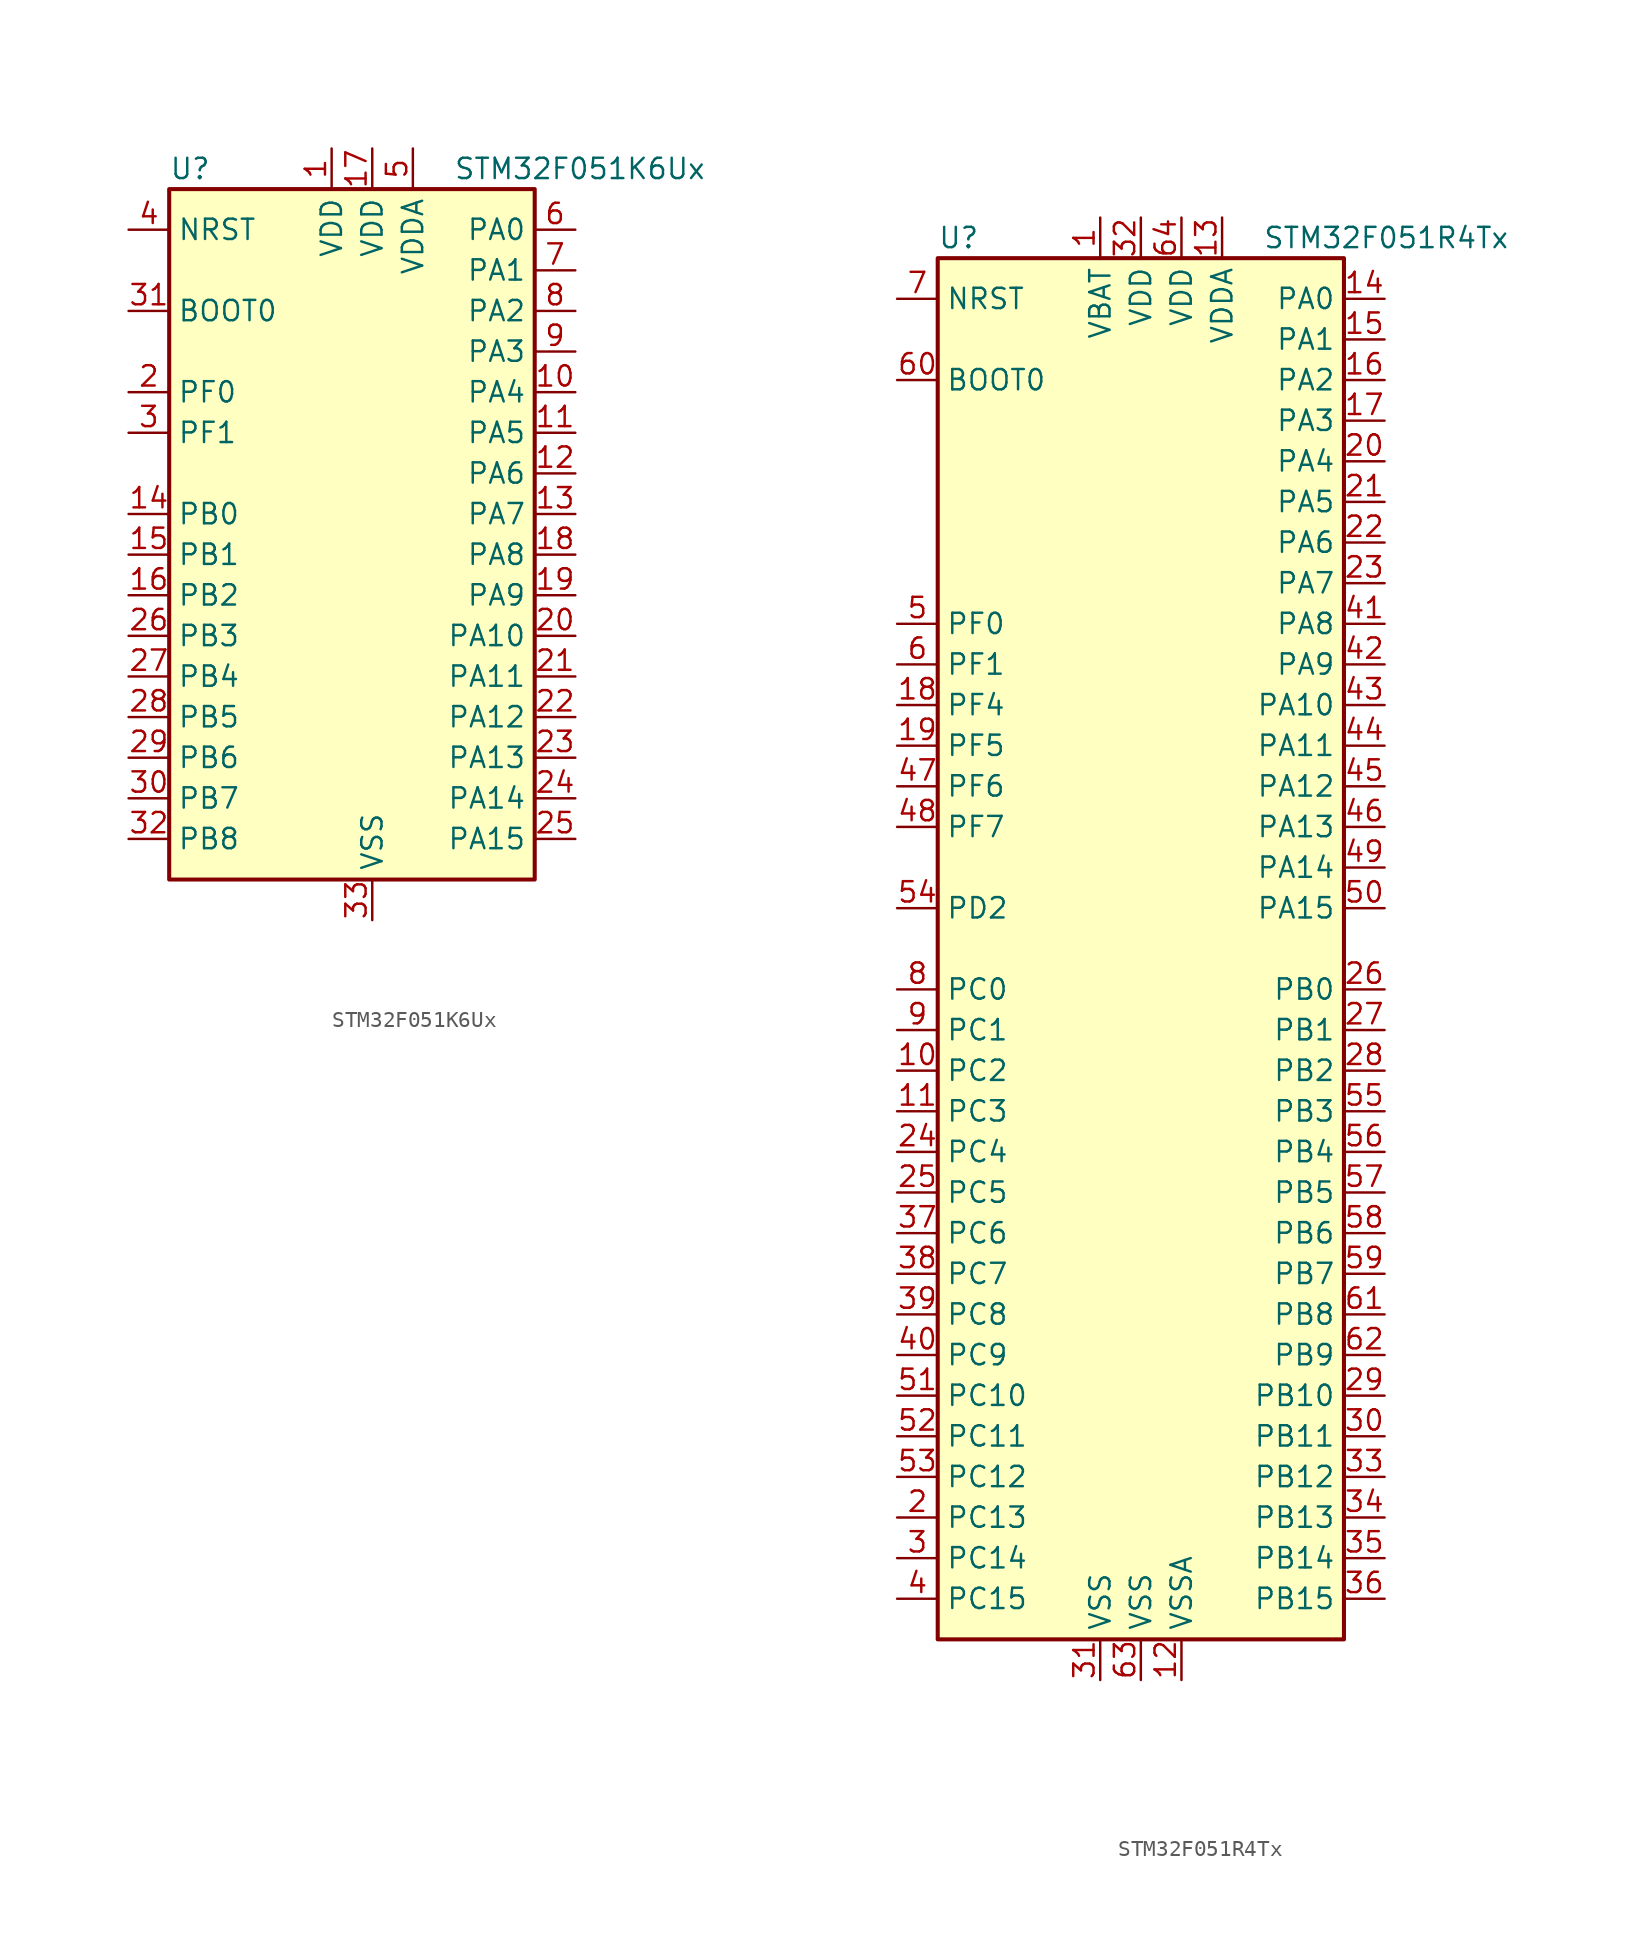
<source format=kicad_sym>
(kicad_symbol_lib
  (version 20201005)
  (generator kicad_symbol_editor)
  (symbol "MCU_ST_STM32F0:STM32F051K6Ux"
    (property "Reference" "U"
      (at -12.7 21.59 0)
      (effects (font (size 1.27 1.27)) (justify left)))
    (property "Value" "STM32F051K6Ux"
      (at 5.08 21.59 0)
      (effects (font (size 1.27 1.27)) (justify left)))
    (symbol "STM32F051K6Ux_0_1"
      (rectangle (start -12.7 -22.86) (end 10.16 20.32) (stroke (width 0.254)) (fill (type background))))
    (symbol "STM32F051K6Ux_1_1"
      (pin power_in line (at -2.54 22.86 270) (length 2.54) (name "VDD" (effects (font (size 1.27 1.27)))) (number "1" (effects (font (size 1.27 1.27)))))
      (pin bidirectional line (at 12.7 7.62 180) (length 2.54) (name "PA4" (effects (font (size 1.27 1.27)))) (number "10" (effects (font (size 1.27 1.27)))))
      (pin bidirectional line (at 12.7 5.08 180) (length 2.54) (name "PA5" (effects (font (size 1.27 1.27)))) (number "11" (effects (font (size 1.27 1.27)))))
      (pin bidirectional line (at 12.7 2.54 180) (length 2.54) (name "PA6" (effects (font (size 1.27 1.27)))) (number "12" (effects (font (size 1.27 1.27)))))
      (pin bidirectional line (at 12.7 0 180) (length 2.54) (name "PA7" (effects (font (size 1.27 1.27)))) (number "13" (effects (font (size 1.27 1.27)))))
      (pin bidirectional line (at -15.24 0 0) (length 2.54) (name "PB0" (effects (font (size 1.27 1.27)))) (number "14" (effects (font (size 1.27 1.27)))))
      (pin bidirectional line (at -15.24 -2.54 0) (length 2.54) (name "PB1" (effects (font (size 1.27 1.27)))) (number "15" (effects (font (size 1.27 1.27)))))
      (pin bidirectional line (at -15.24 -5.08 0) (length 2.54) (name "PB2" (effects (font (size 1.27 1.27)))) (number "16" (effects (font (size 1.27 1.27)))))
      (pin power_in line (at 0 22.86 270) (length 2.54) (name "VDD" (effects (font (size 1.27 1.27)))) (number "17" (effects (font (size 1.27 1.27)))))
      (pin bidirectional line (at 12.7 -2.54 180) (length 2.54) (name "PA8" (effects (font (size 1.27 1.27)))) (number "18" (effects (font (size 1.27 1.27)))))
      (pin bidirectional line (at 12.7 -5.08 180) (length 2.54) (name "PA9" (effects (font (size 1.27 1.27)))) (number "19" (effects (font (size 1.27 1.27)))))
      (pin input line (at -15.24 7.62 0) (length 2.54) (name "PF0" (effects (font (size 1.27 1.27)))) (number "2" (effects (font (size 1.27 1.27)))))
      (pin bidirectional line (at 12.7 -7.62 180) (length 2.54) (name "PA10" (effects (font (size 1.27 1.27)))) (number "20" (effects (font (size 1.27 1.27)))))
      (pin bidirectional line (at 12.7 -10.16 180) (length 2.54) (name "PA11" (effects (font (size 1.27 1.27)))) (number "21" (effects (font (size 1.27 1.27)))))
      (pin bidirectional line (at 12.7 -12.7 180) (length 2.54) (name "PA12" (effects (font (size 1.27 1.27)))) (number "22" (effects (font (size 1.27 1.27)))))
      (pin bidirectional line (at 12.7 -15.24 180) (length 2.54) (name "PA13" (effects (font (size 1.27 1.27)))) (number "23" (effects (font (size 1.27 1.27)))))
      (pin bidirectional line (at 12.7 -17.78 180) (length 2.54) (name "PA14" (effects (font (size 1.27 1.27)))) (number "24" (effects (font (size 1.27 1.27)))))
      (pin bidirectional line (at 12.7 -20.32 180) (length 2.54) (name "PA15" (effects (font (size 1.27 1.27)))) (number "25" (effects (font (size 1.27 1.27)))))
      (pin bidirectional line (at -15.24 -7.62 0) (length 2.54) (name "PB3" (effects (font (size 1.27 1.27)))) (number "26" (effects (font (size 1.27 1.27)))))
      (pin bidirectional line (at -15.24 -10.16 0) (length 2.54) (name "PB4" (effects (font (size 1.27 1.27)))) (number "27" (effects (font (size 1.27 1.27)))))
      (pin bidirectional line (at -15.24 -12.7 0) (length 2.54) (name "PB5" (effects (font (size 1.27 1.27)))) (number "28" (effects (font (size 1.27 1.27)))))
      (pin bidirectional line (at -15.24 -15.24 0) (length 2.54) (name "PB6" (effects (font (size 1.27 1.27)))) (number "29" (effects (font (size 1.27 1.27)))))
      (pin input line (at -15.24 5.08 0) (length 2.54) (name "PF1" (effects (font (size 1.27 1.27)))) (number "3" (effects (font (size 1.27 1.27)))))
      (pin bidirectional line (at -15.24 -17.78 0) (length 2.54) (name "PB7" (effects (font (size 1.27 1.27)))) (number "30" (effects (font (size 1.27 1.27)))))
      (pin input line (at -15.24 12.7 0) (length 2.54) (name "BOOT0" (effects (font (size 1.27 1.27)))) (number "31" (effects (font (size 1.27 1.27)))))
      (pin bidirectional line (at -15.24 -20.32 0) (length 2.54) (name "PB8" (effects (font (size 1.27 1.27)))) (number "32" (effects (font (size 1.27 1.27)))))
      (pin power_in line (at 0 -25.4 90) (length 2.54) (name "VSS" (effects (font (size 1.27 1.27)))) (number "33" (effects (font (size 1.27 1.27)))))
      (pin input line (at -15.24 17.78 0) (length 2.54) (name "NRST" (effects (font (size 1.27 1.27)))) (number "4" (effects (font (size 1.27 1.27)))))
      (pin power_in line (at 2.54 22.86 270) (length 2.54) (name "VDDA" (effects (font (size 1.27 1.27)))) (number "5" (effects (font (size 1.27 1.27)))))
      (pin bidirectional line (at 12.7 17.78 180) (length 2.54) (name "PA0" (effects (font (size 1.27 1.27)))) (number "6" (effects (font (size 1.27 1.27)))))
      (pin bidirectional line (at 12.7 15.24 180) (length 2.54) (name "PA1" (effects (font (size 1.27 1.27)))) (number "7" (effects (font (size 1.27 1.27)))))
      (pin bidirectional line (at 12.7 12.7 180) (length 2.54) (name "PA2" (effects (font (size 1.27 1.27)))) (number "8" (effects (font (size 1.27 1.27)))))
      (pin bidirectional line (at 12.7 10.16 180) (length 2.54) (name "PA3" (effects (font (size 1.27 1.27)))) (number "9" (effects (font (size 1.27 1.27)))))))
  (symbol "MCU_ST_STM32F0:STM32F051R4Tx"
    (property "Reference" "U"
      (at -12.7 44.45 0)
      (effects (font (size 1.27 1.27)) (justify left)))
    (property "Value" "STM32F051R4Tx"
      (at 7.62 44.45 0)
      (effects (font (size 1.27 1.27)) (justify left)))
    (symbol "STM32F051R4Tx_0_1"
      (rectangle (start -12.7 -43.18) (end 12.7 43.18) (stroke (width 0.254)) (fill (type background))))
    (symbol "STM32F051R4Tx_1_1"
      (pin power_in line (at -2.54 45.72 270) (length 2.54) (name "VBAT" (effects (font (size 1.27 1.27)))) (number "1" (effects (font (size 1.27 1.27)))))
      (pin bidirectional line (at -15.24 -7.62 0) (length 2.54) (name "PC2" (effects (font (size 1.27 1.27)))) (number "10" (effects (font (size 1.27 1.27)))))
      (pin bidirectional line (at -15.24 -10.16 0) (length 2.54) (name "PC3" (effects (font (size 1.27 1.27)))) (number "11" (effects (font (size 1.27 1.27)))))
      (pin power_in line (at 2.54 -45.72 90) (length 2.54) (name "VSSA" (effects (font (size 1.27 1.27)))) (number "12" (effects (font (size 1.27 1.27)))))
      (pin power_in line (at 5.08 45.72 270) (length 2.54) (name "VDDA" (effects (font (size 1.27 1.27)))) (number "13" (effects (font (size 1.27 1.27)))))
      (pin bidirectional line (at 15.24 40.64 180) (length 2.54) (name "PA0" (effects (font (size 1.27 1.27)))) (number "14" (effects (font (size 1.27 1.27)))))
      (pin bidirectional line (at 15.24 38.1 180) (length 2.54) (name "PA1" (effects (font (size 1.27 1.27)))) (number "15" (effects (font (size 1.27 1.27)))))
      (pin bidirectional line (at 15.24 35.56 180) (length 2.54) (name "PA2" (effects (font (size 1.27 1.27)))) (number "16" (effects (font (size 1.27 1.27)))))
      (pin bidirectional line (at 15.24 33.02 180) (length 2.54) (name "PA3" (effects (font (size 1.27 1.27)))) (number "17" (effects (font (size 1.27 1.27)))))
      (pin bidirectional line (at -15.24 15.24 0) (length 2.54) (name "PF4" (effects (font (size 1.27 1.27)))) (number "18" (effects (font (size 1.27 1.27)))))
      (pin bidirectional line (at -15.24 12.7 0) (length 2.54) (name "PF5" (effects (font (size 1.27 1.27)))) (number "19" (effects (font (size 1.27 1.27)))))
      (pin bidirectional line (at -15.24 -35.56 0) (length 2.54) (name "PC13" (effects (font (size 1.27 1.27)))) (number "2" (effects (font (size 1.27 1.27)))))
      (pin bidirectional line (at 15.24 30.48 180) (length 2.54) (name "PA4" (effects (font (size 1.27 1.27)))) (number "20" (effects (font (size 1.27 1.27)))))
      (pin bidirectional line (at 15.24 27.94 180) (length 2.54) (name "PA5" (effects (font (size 1.27 1.27)))) (number "21" (effects (font (size 1.27 1.27)))))
      (pin bidirectional line (at 15.24 25.4 180) (length 2.54) (name "PA6" (effects (font (size 1.27 1.27)))) (number "22" (effects (font (size 1.27 1.27)))))
      (pin bidirectional line (at 15.24 22.86 180) (length 2.54) (name "PA7" (effects (font (size 1.27 1.27)))) (number "23" (effects (font (size 1.27 1.27)))))
      (pin bidirectional line (at -15.24 -12.7 0) (length 2.54) (name "PC4" (effects (font (size 1.27 1.27)))) (number "24" (effects (font (size 1.27 1.27)))))
      (pin bidirectional line (at -15.24 -15.24 0) (length 2.54) (name "PC5" (effects (font (size 1.27 1.27)))) (number "25" (effects (font (size 1.27 1.27)))))
      (pin bidirectional line (at 15.24 -2.54 180) (length 2.54) (name "PB0" (effects (font (size 1.27 1.27)))) (number "26" (effects (font (size 1.27 1.27)))))
      (pin bidirectional line (at 15.24 -5.08 180) (length 2.54) (name "PB1" (effects (font (size 1.27 1.27)))) (number "27" (effects (font (size 1.27 1.27)))))
      (pin bidirectional line (at 15.24 -7.62 180) (length 2.54) (name "PB2" (effects (font (size 1.27 1.27)))) (number "28" (effects (font (size 1.27 1.27)))))
      (pin bidirectional line (at 15.24 -27.94 180) (length 2.54) (name "PB10" (effects (font (size 1.27 1.27)))) (number "29" (effects (font (size 1.27 1.27)))))
      (pin bidirectional line (at -15.24 -38.1 0) (length 2.54) (name "PC14" (effects (font (size 1.27 1.27)))) (number "3" (effects (font (size 1.27 1.27)))))
      (pin bidirectional line (at 15.24 -30.48 180) (length 2.54) (name "PB11" (effects (font (size 1.27 1.27)))) (number "30" (effects (font (size 1.27 1.27)))))
      (pin power_in line (at -2.54 -45.72 90) (length 2.54) (name "VSS" (effects (font (size 1.27 1.27)))) (number "31" (effects (font (size 1.27 1.27)))))
      (pin power_in line (at 0 45.72 270) (length 2.54) (name "VDD" (effects (font (size 1.27 1.27)))) (number "32" (effects (font (size 1.27 1.27)))))
      (pin bidirectional line (at 15.24 -33.02 180) (length 2.54) (name "PB12" (effects (font (size 1.27 1.27)))) (number "33" (effects (font (size 1.27 1.27)))))
      (pin bidirectional line (at 15.24 -35.56 180) (length 2.54) (name "PB13" (effects (font (size 1.27 1.27)))) (number "34" (effects (font (size 1.27 1.27)))))
      (pin bidirectional line (at 15.24 -38.1 180) (length 2.54) (name "PB14" (effects (font (size 1.27 1.27)))) (number "35" (effects (font (size 1.27 1.27)))))
      (pin bidirectional line (at 15.24 -40.64 180) (length 2.54) (name "PB15" (effects (font (size 1.27 1.27)))) (number "36" (effects (font (size 1.27 1.27)))))
      (pin bidirectional line (at -15.24 -17.78 0) (length 2.54) (name "PC6" (effects (font (size 1.27 1.27)))) (number "37" (effects (font (size 1.27 1.27)))))
      (pin bidirectional line (at -15.24 -20.32 0) (length 2.54) (name "PC7" (effects (font (size 1.27 1.27)))) (number "38" (effects (font (size 1.27 1.27)))))
      (pin bidirectional line (at -15.24 -22.86 0) (length 2.54) (name "PC8" (effects (font (size 1.27 1.27)))) (number "39" (effects (font (size 1.27 1.27)))))
      (pin bidirectional line (at -15.24 -40.64 0) (length 2.54) (name "PC15" (effects (font (size 1.27 1.27)))) (number "4" (effects (font (size 1.27 1.27)))))
      (pin bidirectional line (at -15.24 -25.4 0) (length 2.54) (name "PC9" (effects (font (size 1.27 1.27)))) (number "40" (effects (font (size 1.27 1.27)))))
      (pin bidirectional line (at 15.24 20.32 180) (length 2.54) (name "PA8" (effects (font (size 1.27 1.27)))) (number "41" (effects (font (size 1.27 1.27)))))
      (pin bidirectional line (at 15.24 17.78 180) (length 2.54) (name "PA9" (effects (font (size 1.27 1.27)))) (number "42" (effects (font (size 1.27 1.27)))))
      (pin bidirectional line (at 15.24 15.24 180) (length 2.54) (name "PA10" (effects (font (size 1.27 1.27)))) (number "43" (effects (font (size 1.27 1.27)))))
      (pin bidirectional line (at 15.24 12.7 180) (length 2.54) (name "PA11" (effects (font (size 1.27 1.27)))) (number "44" (effects (font (size 1.27 1.27)))))
      (pin bidirectional line (at 15.24 10.16 180) (length 2.54) (name "PA12" (effects (font (size 1.27 1.27)))) (number "45" (effects (font (size 1.27 1.27)))))
      (pin bidirectional line (at 15.24 7.62 180) (length 2.54) (name "PA13" (effects (font (size 1.27 1.27)))) (number "46" (effects (font (size 1.27 1.27)))))
      (pin bidirectional line (at -15.24 10.16 0) (length 2.54) (name "PF6" (effects (font (size 1.27 1.27)))) (number "47" (effects (font (size 1.27 1.27)))))
      (pin bidirectional line (at -15.24 7.62 0) (length 2.54) (name "PF7" (effects (font (size 1.27 1.27)))) (number "48" (effects (font (size 1.27 1.27)))))
      (pin bidirectional line (at 15.24 5.08 180) (length 2.54) (name "PA14" (effects (font (size 1.27 1.27)))) (number "49" (effects (font (size 1.27 1.27)))))
      (pin input line (at -15.24 20.32 0) (length 2.54) (name "PF0" (effects (font (size 1.27 1.27)))) (number "5" (effects (font (size 1.27 1.27)))))
      (pin bidirectional line (at 15.24 2.54 180) (length 2.54) (name "PA15" (effects (font (size 1.27 1.27)))) (number "50" (effects (font (size 1.27 1.27)))))
      (pin bidirectional line (at -15.24 -27.94 0) (length 2.54) (name "PC10" (effects (font (size 1.27 1.27)))) (number "51" (effects (font (size 1.27 1.27)))))
      (pin bidirectional line (at -15.24 -30.48 0) (length 2.54) (name "PC11" (effects (font (size 1.27 1.27)))) (number "52" (effects (font (size 1.27 1.27)))))
      (pin bidirectional line (at -15.24 -33.02 0) (length 2.54) (name "PC12" (effects (font (size 1.27 1.27)))) (number "53" (effects (font (size 1.27 1.27)))))
      (pin bidirectional line (at -15.24 2.54 0) (length 2.54) (name "PD2" (effects (font (size 1.27 1.27)))) (number "54" (effects (font (size 1.27 1.27)))))
      (pin bidirectional line (at 15.24 -10.16 180) (length 2.54) (name "PB3" (effects (font (size 1.27 1.27)))) (number "55" (effects (font (size 1.27 1.27)))))
      (pin bidirectional line (at 15.24 -12.7 180) (length 2.54) (name "PB4" (effects (font (size 1.27 1.27)))) (number "56" (effects (font (size 1.27 1.27)))))
      (pin bidirectional line (at 15.24 -15.24 180) (length 2.54) (name "PB5" (effects (font (size 1.27 1.27)))) (number "57" (effects (font (size 1.27 1.27)))))
      (pin bidirectional line (at 15.24 -17.78 180) (length 2.54) (name "PB6" (effects (font (size 1.27 1.27)))) (number "58" (effects (font (size 1.27 1.27)))))
      (pin bidirectional line (at 15.24 -20.32 180) (length 2.54) (name "PB7" (effects (font (size 1.27 1.27)))) (number "59" (effects (font (size 1.27 1.27)))))
      (pin input line (at -15.24 17.78 0) (length 2.54) (name "PF1" (effects (font (size 1.27 1.27)))) (number "6" (effects (font (size 1.27 1.27)))))
      (pin input line (at -15.24 35.56 0) (length 2.54) (name "BOOT0" (effects (font (size 1.27 1.27)))) (number "60" (effects (font (size 1.27 1.27)))))
      (pin bidirectional line (at 15.24 -22.86 180) (length 2.54) (name "PB8" (effects (font (size 1.27 1.27)))) (number "61" (effects (font (size 1.27 1.27)))))
      (pin bidirectional line (at 15.24 -25.4 180) (length 2.54) (name "PB9" (effects (font (size 1.27 1.27)))) (number "62" (effects (font (size 1.27 1.27)))))
      (pin power_in line (at 0 -45.72 90) (length 2.54) (name "VSS" (effects (font (size 1.27 1.27)))) (number "63" (effects (font (size 1.27 1.27)))))
      (pin power_in line (at 2.54 45.72 270) (length 2.54) (name "VDD" (effects (font (size 1.27 1.27)))) (number "64" (effects (font (size 1.27 1.27)))))
      (pin input line (at -15.24 40.64 0) (length 2.54) (name "NRST" (effects (font (size 1.27 1.27)))) (number "7" (effects (font (size 1.27 1.27)))))
      (pin bidirectional line (at -15.24 -2.54 0) (length 2.54) (name "PC0" (effects (font (size 1.27 1.27)))) (number "8" (effects (font (size 1.27 1.27)))))
      (pin bidirectional line (at -15.24 -5.08 0) (length 2.54) (name "PC1" (effects (font (size 1.27 1.27)))) (number "9" (effects (font (size 1.27 1.27))))))))
</source>
